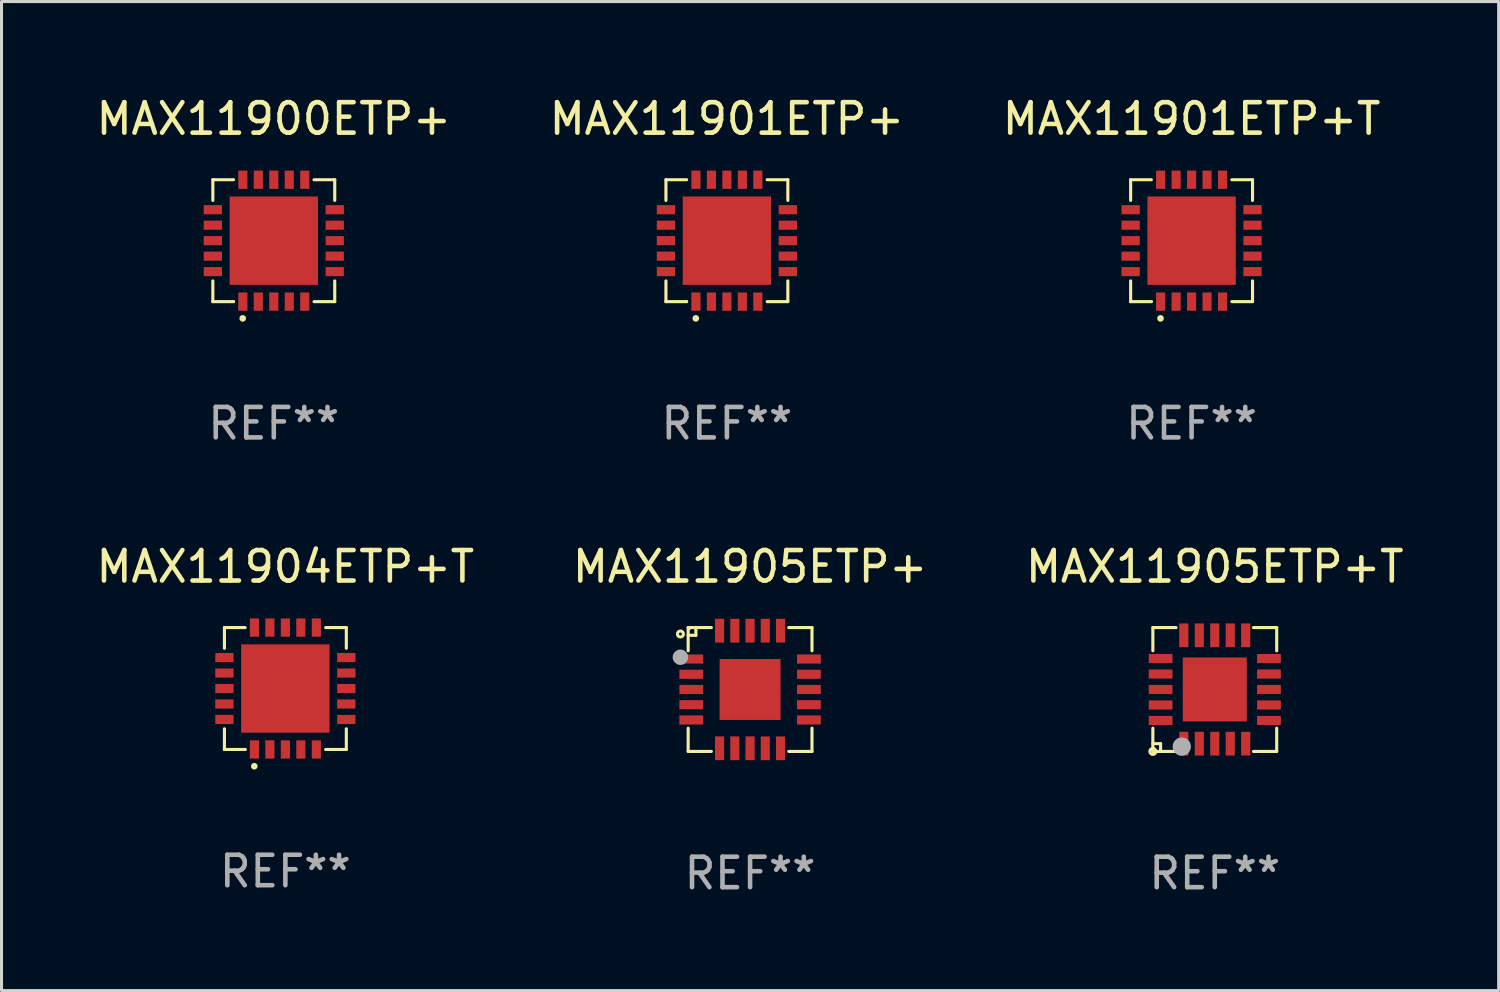
<source format=kicad_pcb>
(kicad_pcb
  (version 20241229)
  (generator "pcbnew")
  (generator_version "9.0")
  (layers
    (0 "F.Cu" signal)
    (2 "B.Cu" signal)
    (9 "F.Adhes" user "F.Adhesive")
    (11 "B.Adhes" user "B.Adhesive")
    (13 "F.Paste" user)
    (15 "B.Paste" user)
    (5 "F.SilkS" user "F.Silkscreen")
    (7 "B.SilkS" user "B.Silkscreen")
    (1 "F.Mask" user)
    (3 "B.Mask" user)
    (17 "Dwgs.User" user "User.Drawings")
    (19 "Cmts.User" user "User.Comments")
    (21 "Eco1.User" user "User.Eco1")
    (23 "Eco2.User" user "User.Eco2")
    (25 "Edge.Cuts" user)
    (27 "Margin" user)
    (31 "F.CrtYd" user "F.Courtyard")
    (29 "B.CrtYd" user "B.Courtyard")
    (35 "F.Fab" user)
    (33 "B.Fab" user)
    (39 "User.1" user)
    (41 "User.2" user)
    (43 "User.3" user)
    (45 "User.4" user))
  (footprint "MAX11905ETP+"
    (layer "F.Cu")
    (at 21.565 19.577)
    (property "Reference" "MAX11905ETP+" (at 0 -4.032 0) (layer "F.SilkS") (effects (font (size 1 1) (thickness 0.15))))
    (attr through_hole)
    (fp_line (start -2.032 -2.032) (end -1.27 -2.032) (stroke (width 0.102) (type solid)) (layer "F.SilkS"))
    (fp_line (start -2.032 -1.27) (end -2.032 -2.032) (stroke (width 0.102) (type solid)) (layer "F.SilkS"))
    (fp_line (start -2.032 1.27) (end -2.032 2.032) (stroke (width 0.102) (type solid)) (layer "F.SilkS"))
    (fp_line (start -2.032 2.032) (end -1.27 2.032) (stroke (width 0.102) (type solid)) (layer "F.SilkS"))
    (fp_line (start -1.778 -2.032) (end -1.778 -1.778) (stroke (width 0.102) (type solid)) (layer "F.SilkS"))
    (fp_line (start -1.778 -1.778) (end -2.032 -1.778) (stroke (width 0.102) (type solid)) (layer "F.SilkS"))
    (fp_line (start 1.27 -2.032) (end 2.032 -2.032) (stroke (width 0.102) (type solid)) (layer "F.SilkS"))
    (fp_line (start 2.032 -2.032) (end 2.032 -1.27) (stroke (width 0.102) (type solid)) (layer "F.SilkS"))
    (fp_line (start 2.032 1.27) (end 2.032 2.032) (stroke (width 0.102) (type solid)) (layer "F.SilkS"))
    (fp_line (start 2.032 2.032) (end 1.27 2.032) (stroke (width 0.102) (type solid)) (layer "F.SilkS"))
    (fp_circle (center -2.286 -1.821) (end -2.187 -1.821) (stroke (width 0.1) (type solid)) (fill no) (layer "F.SilkS"))
    (fp_circle (center -2 -2) (end -1.97 -2) (stroke (width 0.06) (type solid)) (fill no) (layer "F.SilkS"))
    (fp_circle (center -2.286 -1.059) (end -2.159 -1.059) (stroke (width 0.254) (type solid)) (fill no) (layer "F.Fab"))
    (fp_text user "REF**" (at 0 6.032 0) (layer "F.Fab") (effects (font (size 1 1) (thickness 0.15))))
    (pad "1" smd rect (at -1.93 -1) (size 0.78 0.3) (layers "F.Cu" "F.Mask" "F.Paste"))
    (pad "2" smd rect (at -1.93 -0.5) (size 0.78 0.3) (layers "F.Cu" "F.Mask" "F.Paste"))
    (pad "3" smd rect (at -1.93 0.000279) (size 0.78 0.3) (layers "F.Cu" "F.Mask" "F.Paste"))
    (pad "4" smd rect (at -1.93 0.5) (size 0.78 0.3) (layers "F.Cu" "F.Mask" "F.Paste"))
    (pad "5" smd rect (at -1.93 1) (size 0.78 0.3) (layers "F.Cu" "F.Mask" "F.Paste"))
    (pad "6" smd rect (at -1 1.93) (size 0.3 0.78) (layers "F.Cu" "F.Mask" "F.Paste"))
    (pad "7" smd rect (at -0.5 1.93) (size 0.3 0.78) (layers "F.Cu" "F.Mask" "F.Paste"))
    (pad "8" smd rect (at -0.000076 1.93) (size 0.3 0.78) (layers "F.Cu" "F.Mask" "F.Paste"))
    (pad "9" smd rect (at 0.5 1.93) (size 0.3 0.78) (layers "F.Cu" "F.Mask" "F.Paste"))
    (pad "10" smd rect (at 1 1.93) (size 0.3 0.78) (layers "F.Cu" "F.Mask" "F.Paste"))
    (pad "11" smd rect (at 1.93 1) (size 0.78 0.3) (layers "F.Cu" "F.Mask" "F.Paste"))
    (pad "12" smd rect (at 1.93 0.5) (size 0.78 0.3) (layers "F.Cu" "F.Mask" "F.Paste"))
    (pad "13" smd rect (at 1.93 0.000025) (size 0.78 0.3) (layers "F.Cu" "F.Mask" "F.Paste"))
    (pad "14" smd rect (at 1.93 -0.5) (size 0.78 0.3) (layers "F.Cu" "F.Mask" "F.Paste"))
    (pad "15" smd rect (at 1.93 -1) (size 0.78 0.3) (layers "F.Cu" "F.Mask" "F.Paste"))
    (pad "16" smd rect (at 1 -1.93) (size 0.3 0.78) (layers "F.Cu" "F.Mask" "F.Paste"))
    (pad "17" smd rect (at 0.5 -1.93) (size 0.3 0.78) (layers "F.Cu" "F.Mask" "F.Paste"))
    (pad "18" smd rect (at -0.000076 -1.93) (size 0.3 0.78) (layers "F.Cu" "F.Mask" "F.Paste"))
    (pad "19" smd rect (at -0.5 -1.93) (size 0.3 0.78) (layers "F.Cu" "F.Mask" "F.Paste"))
    (pad "20" smd rect (at -1 -1.93) (size 0.3 0.78) (layers "F.Cu" "F.Mask" "F.Paste"))
    (pad "21" smd rect (at -0.000076 0.000025) (size 2 2) (layers "F.Cu" "F.Mask" "F.Paste")))
  (footprint "MAX11901ETP+T"
    (layer "F.Cu")
    (at 36.054 4.848)
    (property "Reference" "MAX11901ETP+T" (at 0 -4 0) (layer "F.SilkS") (effects (font (size 1 1) (thickness 0.15))))
    (attr through_hole)
    (fp_line (start -2 -2) (end -1.321 -2) (stroke (width 0.102) (type solid)) (layer "F.SilkS"))
    (fp_line (start -2 -1.321) (end -2 -2) (stroke (width 0.102) (type solid)) (layer "F.SilkS"))
    (fp_line (start -2 2) (end -2 1.321) (stroke (width 0.102) (type solid)) (layer "F.SilkS"))
    (fp_line (start -2 2) (end -2 2) (stroke (width 0.102) (type solid)) (layer "F.SilkS"))
    (fp_line (start -1.321 2) (end -2 2) (stroke (width 0.102) (type solid)) (layer "F.SilkS"))
    (fp_line (start -1.321 2) (end -1.321 2) (stroke (width 0.102) (type solid)) (layer "F.SilkS"))
    (fp_line (start 1.321 -2) (end 2 -2) (stroke (width 0.102) (type solid)) (layer "F.SilkS"))
    (fp_line (start 2 -2) (end 2 -1.321) (stroke (width 0.102) (type solid)) (layer "F.SilkS"))
    (fp_line (start 2 1.321) (end 2 2) (stroke (width 0.102) (type solid)) (layer "F.SilkS"))
    (fp_line (start 2 2) (end 1.321 2) (stroke (width 0.102) (type solid)) (layer "F.SilkS"))
    (fp_circle (center -1.02 2.55) (end -0.962 2.55) (stroke (width 0.102) (type solid)) (fill no) (layer "F.SilkS"))
    (fp_text user "REF**" (at 0 6 0) (layer "F.Fab") (effects (font (size 1 1) (thickness 0.15))))
    (pad "1" smd rect (at -1.016 2 180) (size 0.3 0.6) (layers "F.Cu" "F.Mask" "F.Paste"))
    (pad "2" smd rect (at -0.508 2 180) (size 0.3 0.6) (layers "F.Cu" "F.Mask" "F.Paste"))
    (pad "3" smd rect (at 0.000254 2 180) (size 0.3 0.6) (layers "F.Cu" "F.Mask" "F.Paste"))
    (pad "4" smd rect (at 0.508 2 180) (size 0.3 0.6) (layers "F.Cu" "F.Mask" "F.Paste"))
    (pad "5" smd rect (at 1.016 2 180) (size 0.3 0.6) (layers "F.Cu" "F.Mask" "F.Paste"))
    (pad "6" smd rect (at 2 1.016 270) (size 0.3 0.6) (layers "F.Cu" "F.Mask" "F.Paste"))
    (pad "7" smd rect (at 2 0.508 270) (size 0.3 0.6) (layers "F.Cu" "F.Mask" "F.Paste"))
    (pad "8" smd rect (at 2 0 270) (size 0.3 0.6) (layers "F.Cu" "F.Mask" "F.Paste"))
    (pad "9" smd rect (at 2 -0.508 270) (size 0.3 0.6) (layers "F.Cu" "F.Mask" "F.Paste"))
    (pad "10" smd rect (at 2 -1.016 270) (size 0.3 0.6) (layers "F.Cu" "F.Mask" "F.Paste"))
    (pad "11" smd rect (at 1.016 -2) (size 0.3 0.6) (layers "F.Cu" "F.Mask" "F.Paste"))
    (pad "12" smd rect (at 0.508 -2) (size 0.3 0.6) (layers "F.Cu" "F.Mask" "F.Paste"))
    (pad "13" smd rect (at 0.000254 -2) (size 0.3 0.6) (layers "F.Cu" "F.Mask" "F.Paste"))
    (pad "14" smd rect (at -0.508 -2) (size 0.3 0.6) (layers "F.Cu" "F.Mask" "F.Paste"))
    (pad "15" smd rect (at -1.016 -2) (size 0.3 0.6) (layers "F.Cu" "F.Mask" "F.Paste"))
    (pad "16" smd rect (at -2 -1.016 90) (size 0.3 0.6) (layers "F.Cu" "F.Mask" "F.Paste"))
    (pad "17" smd rect (at -2 -0.508 90) (size 0.3 0.6) (layers "F.Cu" "F.Mask" "F.Paste"))
    (pad "18" smd rect (at -2 0 90) (size 0.3 0.6) (layers "F.Cu" "F.Mask" "F.Paste"))
    (pad "19" smd rect (at -2 0.508 90) (size 0.3 0.6) (layers "F.Cu" "F.Mask" "F.Paste"))
    (pad "20" smd rect (at -2 1.016 90) (size 0.3 0.6) (layers "F.Cu" "F.Mask" "F.Paste"))
    (pad "21" smd rect (at 0 0 90) (size 2.9 2.9) (layers "F.Cu" "F.Mask" "F.Paste")))
  (footprint "MAX11901ETP+"
    (layer "F.Cu")
    (at 20.804 4.848)
    (property "Reference" "MAX11901ETP+" (at 0 -4 0) (layer "F.SilkS") (effects (font (size 1 1) (thickness 0.15))))
    (attr through_hole)
    (fp_line (start -2 -2) (end -1.321 -2) (stroke (width 0.102) (type solid)) (layer "F.SilkS"))
    (fp_line (start -2 -1.321) (end -2 -2) (stroke (width 0.102) (type solid)) (layer "F.SilkS"))
    (fp_line (start -2 2) (end -2 1.321) (stroke (width 0.102) (type solid)) (layer "F.SilkS"))
    (fp_line (start -2 2) (end -2 2) (stroke (width 0.102) (type solid)) (layer "F.SilkS"))
    (fp_line (start -1.321 2) (end -2 2) (stroke (width 0.102) (type solid)) (layer "F.SilkS"))
    (fp_line (start -1.321 2) (end -1.321 2) (stroke (width 0.102) (type solid)) (layer "F.SilkS"))
    (fp_line (start 1.321 -2) (end 2 -2) (stroke (width 0.102) (type solid)) (layer "F.SilkS"))
    (fp_line (start 2 -2) (end 2 -1.321) (stroke (width 0.102) (type solid)) (layer "F.SilkS"))
    (fp_line (start 2 1.321) (end 2 2) (stroke (width 0.102) (type solid)) (layer "F.SilkS"))
    (fp_line (start 2 2) (end 1.321 2) (stroke (width 0.102) (type solid)) (layer "F.SilkS"))
    (fp_circle (center -1.02 2.55) (end -0.962 2.55) (stroke (width 0.102) (type solid)) (fill no) (layer "F.SilkS"))
    (fp_text user "REF**" (at 0 6 0) (layer "F.Fab") (effects (font (size 1 1) (thickness 0.15))))
    (pad "1" smd rect (at -1.016 2 180) (size 0.3 0.6) (layers "F.Cu" "F.Mask" "F.Paste"))
    (pad "2" smd rect (at -0.508 2 180) (size 0.3 0.6) (layers "F.Cu" "F.Mask" "F.Paste"))
    (pad "3" smd rect (at 0.000254 2 180) (size 0.3 0.6) (layers "F.Cu" "F.Mask" "F.Paste"))
    (pad "4" smd rect (at 0.508 2 180) (size 0.3 0.6) (layers "F.Cu" "F.Mask" "F.Paste"))
    (pad "5" smd rect (at 1.016 2 180) (size 0.3 0.6) (layers "F.Cu" "F.Mask" "F.Paste"))
    (pad "6" smd rect (at 2 1.016 270) (size 0.3 0.6) (layers "F.Cu" "F.Mask" "F.Paste"))
    (pad "7" smd rect (at 2 0.508 270) (size 0.3 0.6) (layers "F.Cu" "F.Mask" "F.Paste"))
    (pad "8" smd rect (at 2 0 270) (size 0.3 0.6) (layers "F.Cu" "F.Mask" "F.Paste"))
    (pad "9" smd rect (at 2 -0.508 270) (size 0.3 0.6) (layers "F.Cu" "F.Mask" "F.Paste"))
    (pad "10" smd rect (at 2 -1.016 270) (size 0.3 0.6) (layers "F.Cu" "F.Mask" "F.Paste"))
    (pad "11" smd rect (at 1.016 -2) (size 0.3 0.6) (layers "F.Cu" "F.Mask" "F.Paste"))
    (pad "12" smd rect (at 0.508 -2) (size 0.3 0.6) (layers "F.Cu" "F.Mask" "F.Paste"))
    (pad "13" smd rect (at 0.000254 -2) (size 0.3 0.6) (layers "F.Cu" "F.Mask" "F.Paste"))
    (pad "14" smd rect (at -0.508 -2) (size 0.3 0.6) (layers "F.Cu" "F.Mask" "F.Paste"))
    (pad "15" smd rect (at -1.016 -2) (size 0.3 0.6) (layers "F.Cu" "F.Mask" "F.Paste"))
    (pad "16" smd rect (at -2 -1.016 90) (size 0.3 0.6) (layers "F.Cu" "F.Mask" "F.Paste"))
    (pad "17" smd rect (at -2 -0.508 90) (size 0.3 0.6) (layers "F.Cu" "F.Mask" "F.Paste"))
    (pad "18" smd rect (at -2 0 90) (size 0.3 0.6) (layers "F.Cu" "F.Mask" "F.Paste"))
    (pad "19" smd rect (at -2 0.508 90) (size 0.3 0.6) (layers "F.Cu" "F.Mask" "F.Paste"))
    (pad "20" smd rect (at -2 1.016 90) (size 0.3 0.6) (layers "F.Cu" "F.Mask" "F.Paste"))
    (pad "21" smd rect (at 0 0 90) (size 2.9 2.9) (layers "F.Cu" "F.Mask" "F.Paste")))
  (footprint "MAX11905ETP+T"
    (layer "F.Cu")
    (at 36.815 19.577)
    (property "Reference" "MAX11905ETP+T" (at 0 -4.032 0) (layer "F.SilkS") (effects (font (size 1 1) (thickness 0.15))))
    (attr through_hole)
    (fp_line (start -2.032 -2.032) (end -1.27 -2.032) (stroke (width 0.102) (type solid)) (layer "F.SilkS"))
    (fp_line (start -2.032 -1.27) (end -2.032 -2.032) (stroke (width 0.102) (type solid)) (layer "F.SilkS"))
    (fp_line (start -2.032 1.778) (end -1.778 1.778) (stroke (width 0.102) (type solid)) (layer "F.SilkS"))
    (fp_line (start -2.032 2.032) (end -2.032 1.27) (stroke (width 0.102) (type solid)) (layer "F.SilkS"))
    (fp_line (start -1.778 1.778) (end -1.778 2.032) (stroke (width 0.102) (type solid)) (layer "F.SilkS"))
    (fp_line (start -1.27 2.032) (end -2.032 2.032) (stroke (width 0.102) (type solid)) (layer "F.SilkS"))
    (fp_line (start 1.27 -2.032) (end 2.032 -2.032) (stroke (width 0.102) (type solid)) (layer "F.SilkS"))
    (fp_line (start 1.27 2.032) (end 2.032 2.032) (stroke (width 0.102) (type solid)) (layer "F.SilkS"))
    (fp_line (start 2.032 -2.032) (end 2.032 -1.27) (stroke (width 0.102) (type solid)) (layer "F.SilkS"))
    (fp_line (start 2.032 2.032) (end 2.032 1.27) (stroke (width 0.102) (type solid)) (layer "F.SilkS"))
    (fp_circle (center -2.032 2.032) (end -1.933 2.032) (stroke (width 0.1) (type solid)) (fill no) (layer "F.SilkS"))
    (fp_circle (center -2.002 2) (end -1.972 2) (stroke (width 0.06) (type solid)) (fill no) (layer "F.SilkS"))
    (fp_circle (center -1.083 1.874) (end -0.933 1.874) (stroke (width 0.3) (type solid)) (fill no) (layer "F.Fab"))
    (fp_text user "REF**" (at 0 6.032 0) (layer "F.Fab") (effects (font (size 1 1) (thickness 0.15))))
    (pad "1" smd rect (at -1.016 1.778 180) (size 0.3 0.78) (layers "F.Cu" "F.Mask" "F.Paste"))
    (pad "2" smd rect (at -0.508 1.778 180) (size 0.3 0.78) (layers "F.Cu" "F.Mask" "F.Paste"))
    (pad "3" smd rect (at 0.000254 1.778 180) (size 0.3 0.78) (layers "F.Cu" "F.Mask" "F.Paste"))
    (pad "4" smd rect (at 0.508 1.778 180) (size 0.3 0.78) (layers "F.Cu" "F.Mask" "F.Paste"))
    (pad "5" smd rect (at 1.016 1.778 180) (size 0.3 0.78) (layers "F.Cu" "F.Mask" "F.Paste"))
    (pad "6" smd rect (at 1.778 1.016 270) (size 0.3 0.78) (layers "F.Cu" "F.Mask" "F.Paste"))
    (pad "7" smd rect (at 1.778 0.508 270) (size 0.3 0.78) (layers "F.Cu" "F.Mask" "F.Paste"))
    (pad "8" smd rect (at 1.778 0 270) (size 0.3 0.78) (layers "F.Cu" "F.Mask" "F.Paste"))
    (pad "9" smd rect (at 1.778 -0.508 270) (size 0.3 0.78) (layers "F.Cu" "F.Mask" "F.Paste"))
    (pad "10" smd rect (at 1.778 -1.016 270) (size 0.3 0.78) (layers "F.Cu" "F.Mask" "F.Paste"))
    (pad "11" smd rect (at 1.016 -1.778) (size 0.3 0.78) (layers "F.Cu" "F.Mask" "F.Paste"))
    (pad "12" smd rect (at 0.508 -1.778) (size 0.3 0.78) (layers "F.Cu" "F.Mask" "F.Paste"))
    (pad "13" smd rect (at 0.000254 -1.778) (size 0.3 0.78) (layers "F.Cu" "F.Mask" "F.Paste"))
    (pad "14" smd rect (at -0.508 -1.778) (size 0.3 0.78) (layers "F.Cu" "F.Mask" "F.Paste"))
    (pad "15" smd rect (at -1.016 -1.778) (size 0.3 0.78) (layers "F.Cu" "F.Mask" "F.Paste"))
    (pad "16" smd rect (at -1.778 -1.016 90) (size 0.3 0.78) (layers "F.Cu" "F.Mask" "F.Paste"))
    (pad "17" smd rect (at -1.778 -0.508 90) (size 0.3 0.78) (layers "F.Cu" "F.Mask" "F.Paste"))
    (pad "18" smd rect (at -1.778 0 90) (size 0.3 0.78) (layers "F.Cu" "F.Mask" "F.Paste"))
    (pad "19" smd rect (at -1.778 0.508 90) (size 0.3 0.78) (layers "F.Cu" "F.Mask" "F.Paste"))
    (pad "20" smd rect (at -1.778 1.016 90) (size 0.3 0.78) (layers "F.Cu" "F.Mask" "F.Paste"))
    (pad "21" smd rect (at 0 0 90) (size 2.1 2.1) (layers "F.Cu" "F.Mask" "F.Paste")))
  (footprint "MAX11904ETP+T"
    (layer "F.Cu")
    (at 6.315 19.545)
    (property "Reference" "MAX11904ETP+T" (at 0 -4 0) (layer "F.SilkS") (effects (font (size 1 1) (thickness 0.15))))
    (attr through_hole)
    (fp_line (start -2 -2) (end -1.321 -2) (stroke (width 0.102) (type solid)) (layer "F.SilkS"))
    (fp_line (start -2 -1.321) (end -2 -2) (stroke (width 0.102) (type solid)) (layer "F.SilkS"))
    (fp_line (start -2 2) (end -2 1.321) (stroke (width 0.102) (type solid)) (layer "F.SilkS"))
    (fp_line (start -2 2) (end -2 2) (stroke (width 0.102) (type solid)) (layer "F.SilkS"))
    (fp_line (start -1.321 2) (end -2 2) (stroke (width 0.102) (type solid)) (layer "F.SilkS"))
    (fp_line (start -1.321 2) (end -1.321 2) (stroke (width 0.102) (type solid)) (layer "F.SilkS"))
    (fp_line (start 1.321 -2) (end 2 -2) (stroke (width 0.102) (type solid)) (layer "F.SilkS"))
    (fp_line (start 2 -2) (end 2 -1.321) (stroke (width 0.102) (type solid)) (layer "F.SilkS"))
    (fp_line (start 2 1.321) (end 2 2) (stroke (width 0.102) (type solid)) (layer "F.SilkS"))
    (fp_line (start 2 2) (end 1.321 2) (stroke (width 0.102) (type solid)) (layer "F.SilkS"))
    (fp_circle (center -1.02 2.55) (end -0.962 2.55) (stroke (width 0.102) (type solid)) (fill no) (layer "F.SilkS"))
    (fp_text user "REF**" (at 0 6 0) (layer "F.Fab") (effects (font (size 1 1) (thickness 0.15))))
    (pad "1" smd rect (at -1.016 2 180) (size 0.3 0.6) (layers "F.Cu" "F.Mask" "F.Paste"))
    (pad "2" smd rect (at -0.508 2 180) (size 0.3 0.6) (layers "F.Cu" "F.Mask" "F.Paste"))
    (pad "3" smd rect (at 0.000254 2 180) (size 0.3 0.6) (layers "F.Cu" "F.Mask" "F.Paste"))
    (pad "4" smd rect (at 0.508 2 180) (size 0.3 0.6) (layers "F.Cu" "F.Mask" "F.Paste"))
    (pad "5" smd rect (at 1.016 2 180) (size 0.3 0.6) (layers "F.Cu" "F.Mask" "F.Paste"))
    (pad "6" smd rect (at 2 1.016 270) (size 0.3 0.6) (layers "F.Cu" "F.Mask" "F.Paste"))
    (pad "7" smd rect (at 2 0.508 270) (size 0.3 0.6) (layers "F.Cu" "F.Mask" "F.Paste"))
    (pad "8" smd rect (at 2 0 270) (size 0.3 0.6) (layers "F.Cu" "F.Mask" "F.Paste"))
    (pad "9" smd rect (at 2 -0.508 270) (size 0.3 0.6) (layers "F.Cu" "F.Mask" "F.Paste"))
    (pad "10" smd rect (at 2 -1.016 270) (size 0.3 0.6) (layers "F.Cu" "F.Mask" "F.Paste"))
    (pad "11" smd rect (at 1.016 -2) (size 0.3 0.6) (layers "F.Cu" "F.Mask" "F.Paste"))
    (pad "12" smd rect (at 0.508 -2) (size 0.3 0.6) (layers "F.Cu" "F.Mask" "F.Paste"))
    (pad "13" smd rect (at 0.000254 -2) (size 0.3 0.6) (layers "F.Cu" "F.Mask" "F.Paste"))
    (pad "14" smd rect (at -0.508 -2) (size 0.3 0.6) (layers "F.Cu" "F.Mask" "F.Paste"))
    (pad "15" smd rect (at -1.016 -2) (size 0.3 0.6) (layers "F.Cu" "F.Mask" "F.Paste"))
    (pad "16" smd rect (at -2 -1.016 90) (size 0.3 0.6) (layers "F.Cu" "F.Mask" "F.Paste"))
    (pad "17" smd rect (at -2 -0.508 90) (size 0.3 0.6) (layers "F.Cu" "F.Mask" "F.Paste"))
    (pad "18" smd rect (at -2 0 90) (size 0.3 0.6) (layers "F.Cu" "F.Mask" "F.Paste"))
    (pad "19" smd rect (at -2 0.508 90) (size 0.3 0.6) (layers "F.Cu" "F.Mask" "F.Paste"))
    (pad "20" smd rect (at -2 1.016 90) (size 0.3 0.6) (layers "F.Cu" "F.Mask" "F.Paste"))
    (pad "21" smd rect (at 0 0 90) (size 2.9 2.9) (layers "F.Cu" "F.Mask" "F.Paste")))
  (footprint "MAX11900ETP+"
    (layer "F.Cu")
    (at 5.935 4.848)
    (property "Reference" "MAX11900ETP+" (at 0 -4 0) (layer "F.SilkS") (effects (font (size 1 1) (thickness 0.15))))
    (attr through_hole)
    (fp_line (start -2 -2) (end -1.321 -2) (stroke (width 0.102) (type solid)) (layer "F.SilkS"))
    (fp_line (start -2 -1.321) (end -2 -2) (stroke (width 0.102) (type solid)) (layer "F.SilkS"))
    (fp_line (start -2 2) (end -2 1.321) (stroke (width 0.102) (type solid)) (layer "F.SilkS"))
    (fp_line (start -2 2) (end -2 2) (stroke (width 0.102) (type solid)) (layer "F.SilkS"))
    (fp_line (start -1.321 2) (end -2 2) (stroke (width 0.102) (type solid)) (layer "F.SilkS"))
    (fp_line (start -1.321 2) (end -1.321 2) (stroke (width 0.102) (type solid)) (layer "F.SilkS"))
    (fp_line (start 1.321 -2) (end 2 -2) (stroke (width 0.102) (type solid)) (layer "F.SilkS"))
    (fp_line (start 2 -2) (end 2 -1.321) (stroke (width 0.102) (type solid)) (layer "F.SilkS"))
    (fp_line (start 2 1.321) (end 2 2) (stroke (width 0.102) (type solid)) (layer "F.SilkS"))
    (fp_line (start 2 2) (end 1.321 2) (stroke (width 0.102) (type solid)) (layer "F.SilkS"))
    (fp_circle (center -1.02 2.55) (end -0.962 2.55) (stroke (width 0.102) (type solid)) (fill no) (layer "F.SilkS"))
    (fp_text user "REF**" (at 0 6 0) (layer "F.Fab") (effects (font (size 1 1) (thickness 0.15))))
    (pad "1" smd rect (at -1.016 2 180) (size 0.3 0.6) (layers "F.Cu" "F.Mask" "F.Paste"))
    (pad "2" smd rect (at -0.508 2 180) (size 0.3 0.6) (layers "F.Cu" "F.Mask" "F.Paste"))
    (pad "3" smd rect (at 0.000254 2 180) (size 0.3 0.6) (layers "F.Cu" "F.Mask" "F.Paste"))
    (pad "4" smd rect (at 0.508 2 180) (size 0.3 0.6) (layers "F.Cu" "F.Mask" "F.Paste"))
    (pad "5" smd rect (at 1.016 2 180) (size 0.3 0.6) (layers "F.Cu" "F.Mask" "F.Paste"))
    (pad "6" smd rect (at 2 1.016 270) (size 0.3 0.6) (layers "F.Cu" "F.Mask" "F.Paste"))
    (pad "7" smd rect (at 2 0.508 270) (size 0.3 0.6) (layers "F.Cu" "F.Mask" "F.Paste"))
    (pad "8" smd rect (at 2 0 270) (size 0.3 0.6) (layers "F.Cu" "F.Mask" "F.Paste"))
    (pad "9" smd rect (at 2 -0.508 270) (size 0.3 0.6) (layers "F.Cu" "F.Mask" "F.Paste"))
    (pad "10" smd rect (at 2 -1.016 270) (size 0.3 0.6) (layers "F.Cu" "F.Mask" "F.Paste"))
    (pad "11" smd rect (at 1.016 -2) (size 0.3 0.6) (layers "F.Cu" "F.Mask" "F.Paste"))
    (pad "12" smd rect (at 0.508 -2) (size 0.3 0.6) (layers "F.Cu" "F.Mask" "F.Paste"))
    (pad "13" smd rect (at 0.000254 -2) (size 0.3 0.6) (layers "F.Cu" "F.Mask" "F.Paste"))
    (pad "14" smd rect (at -0.508 -2) (size 0.3 0.6) (layers "F.Cu" "F.Mask" "F.Paste"))
    (pad "15" smd rect (at -1.016 -2) (size 0.3 0.6) (layers "F.Cu" "F.Mask" "F.Paste"))
    (pad "16" smd rect (at -2 -1.016 90) (size 0.3 0.6) (layers "F.Cu" "F.Mask" "F.Paste"))
    (pad "17" smd rect (at -2 -0.508 90) (size 0.3 0.6) (layers "F.Cu" "F.Mask" "F.Paste"))
    (pad "18" smd rect (at -2 0 90) (size 0.3 0.6) (layers "F.Cu" "F.Mask" "F.Paste"))
    (pad "19" smd rect (at -2 0.508 90) (size 0.3 0.6) (layers "F.Cu" "F.Mask" "F.Paste"))
    (pad "20" smd rect (at -2 1.016 90) (size 0.3 0.6) (layers "F.Cu" "F.Mask" "F.Paste"))
    (pad "21" smd rect (at 0 0 90) (size 2.9 2.9) (layers "F.Cu" "F.Mask" "F.Paste")))
  (gr_rect
    (start -3 -3)
    (end 46.131 29.457)
    (stroke (width 0.1) (type default))
    (fill no)
    (layer "Edge.Cuts")))
</source>
